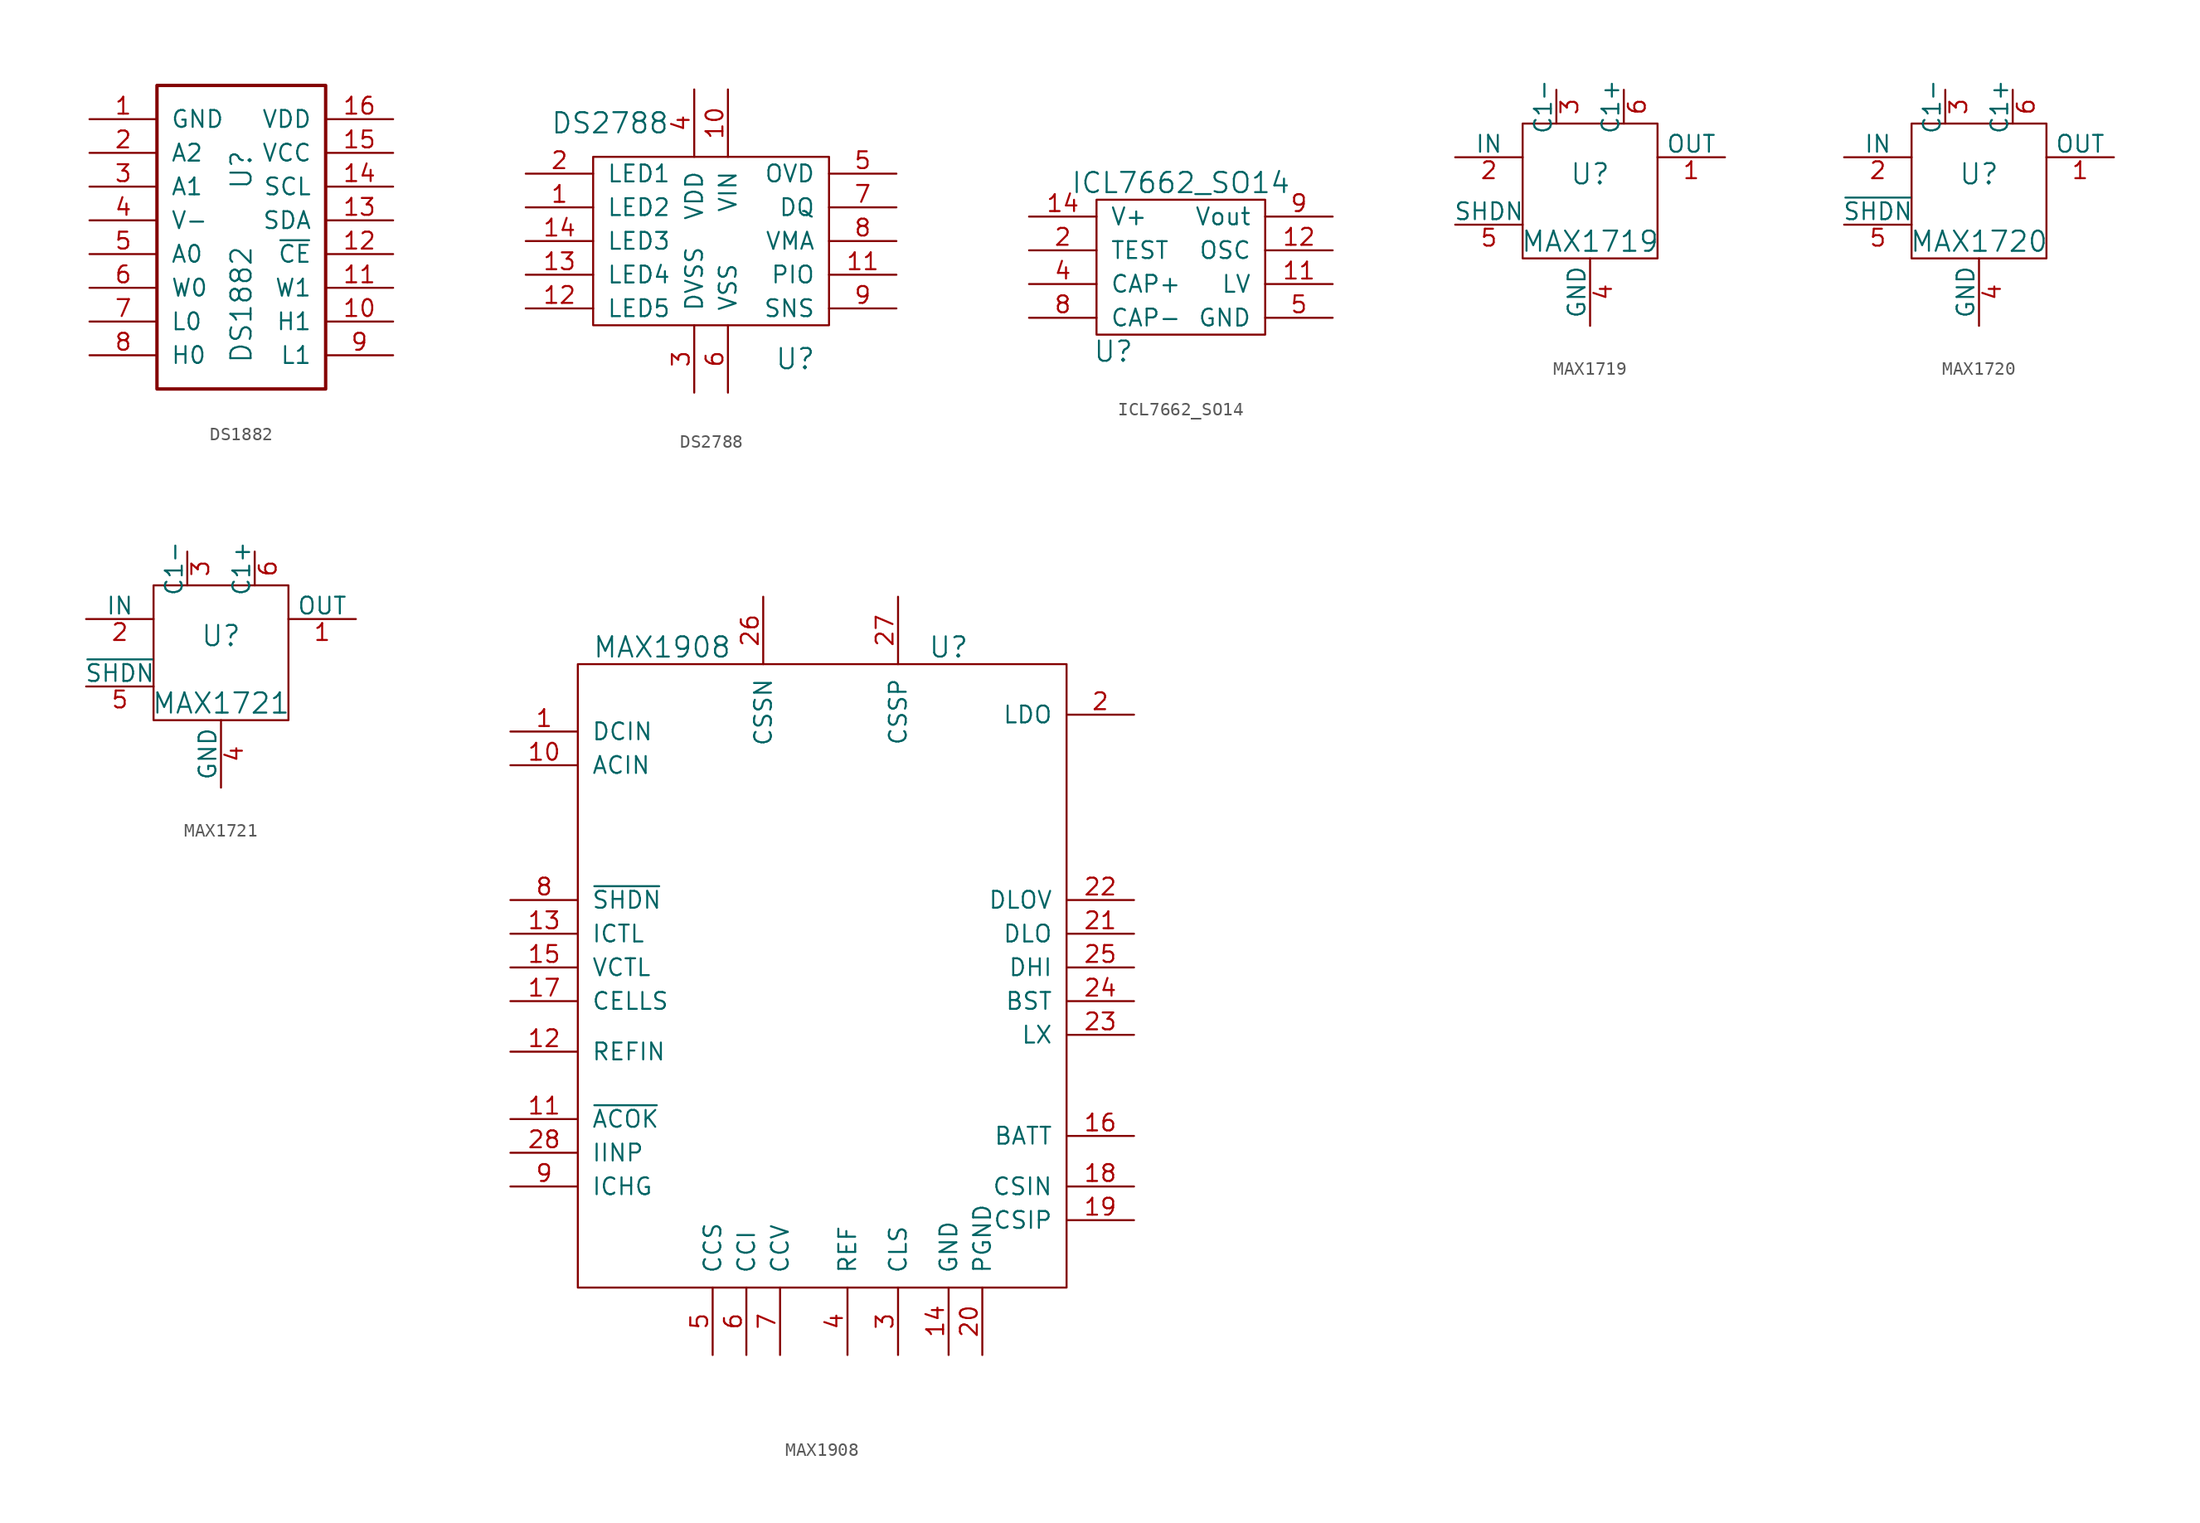
<source format=kicad_sym>
(kicad_symbol_lib
  (version 20241209)
  (generator "kicad_symbol_editor")
  (generator_version "9.0")
  (symbol "DS1882"
    (pin_names
      (offset 1.016))
    (property "Reference" "U"
      (at 0 5.08 90)
      (effects (font (size 1.524 1.524))))
    (property "Value" "DS1882"
      (at 0 -5.08 90)
      (effects (font (size 1.524 1.524))))
    (symbol "DS1882_0_1"
      (rectangle (start -6.35 11.43) (end 6.35 -11.43) (stroke (width 0.254) (type solid)) (fill (type none))))
    (symbol "DS1882_1_1"
      (pin power_in line (at -11.43 8.89 0) (length 5.08) (name "GND" (effects (font (size 1.27 1.27)))) (number "1" (effects (font (size 1.27 1.27)))))
      (pin passive line (at -11.43 6.35 0) (length 5.08) (name "A2" (effects (font (size 1.27 1.27)))) (number "2" (effects (font (size 1.27 1.27)))))
      (pin passive line (at -11.43 3.81 0) (length 5.08) (name "A1" (effects (font (size 1.27 1.27)))) (number "3" (effects (font (size 1.27 1.27)))))
      (pin power_in line (at -11.43 1.27 0) (length 5.08) (name "V-" (effects (font (size 1.27 1.27)))) (number "4" (effects (font (size 1.27 1.27)))))
      (pin passive line (at -11.43 -1.27 0) (length 5.08) (name "A0" (effects (font (size 1.27 1.27)))) (number "5" (effects (font (size 1.27 1.27)))))
      (pin passive line (at -11.43 -3.81 0) (length 5.08) (name "W0" (effects (font (size 1.27 1.27)))) (number "6" (effects (font (size 1.27 1.27)))))
      (pin passive line (at -11.43 -6.35 0) (length 5.08) (name "L0" (effects (font (size 1.27 1.27)))) (number "7" (effects (font (size 1.27 1.27)))))
      (pin passive line (at -11.43 -8.89 0) (length 5.08) (name "H0" (effects (font (size 1.27 1.27)))) (number "8" (effects (font (size 1.27 1.27)))))
      (pin power_in line (at 11.43 8.89 180) (length 5.08) (name "VDD" (effects (font (size 1.27 1.27)))) (number "16" (effects (font (size 1.27 1.27)))))
      (pin power_in line (at 11.43 6.35 180) (length 5.08) (name "VCC" (effects (font (size 1.27 1.27)))) (number "15" (effects (font (size 1.27 1.27)))))
      (pin open_collector line (at 11.43 3.81 180) (length 5.08) (name "SCL" (effects (font (size 1.27 1.27)))) (number "14" (effects (font (size 1.27 1.27)))))
      (pin open_collector line (at 11.43 1.27 180) (length 5.08) (name "SDA" (effects (font (size 1.27 1.27)))) (number "13" (effects (font (size 1.27 1.27)))))
      (pin input line (at 11.43 -1.27 180) (length 5.08) (name "~{CE}" (effects (font (size 1.27 1.27)))) (number "12" (effects (font (size 1.27 1.27)))))
      (pin passive line (at 11.43 -3.81 180) (length 5.08) (name "W1" (effects (font (size 1.27 1.27)))) (number "11" (effects (font (size 1.27 1.27)))))
      (pin passive line (at 11.43 -6.35 180) (length 5.08) (name "H1" (effects (font (size 1.27 1.27)))) (number "10" (effects (font (size 1.27 1.27)))))
      (pin passive line (at 11.43 -8.89 180) (length 5.08) (name "L1" (effects (font (size 1.27 1.27)))) (number "9" (effects (font (size 1.27 1.27)))))))
  (symbol "DS2788"
    (pin_names
      (offset 1.016))
    (property "Reference" "U"
      (at 6.35 -8.89 0)
      (effects (font (size 1.524 1.524))))
    (property "Value" "DS2788"
      (at -7.62 8.89 0)
      (effects (font (size 1.524 1.524))))
    (symbol "DS2788_0_1"
      (rectangle (start -8.89 6.35) (end 8.89 -6.35) (stroke (width 0) (type solid)) (fill (type none))))
    (symbol "DS2788_1_1"
      (pin output line (at -13.97 5.08 0) (length 5.08) (name "LED1" (effects (font (size 1.27 1.27)))) (number "2" (effects (font (size 1.27 1.27)))))
      (pin output line (at -13.97 2.54 0) (length 5.08) (name "LED2" (effects (font (size 1.27 1.27)))) (number "1" (effects (font (size 1.27 1.27)))))
      (pin output line (at -13.97 0 0) (length 5.08) (name "LED3" (effects (font (size 1.27 1.27)))) (number "14" (effects (font (size 1.27 1.27)))))
      (pin output line (at -13.97 -2.54 0) (length 5.08) (name "LED4" (effects (font (size 1.27 1.27)))) (number "13" (effects (font (size 1.27 1.27)))))
      (pin output line (at -13.97 -5.08 0) (length 5.08) (name "LED5" (effects (font (size 1.27 1.27)))) (number "12" (effects (font (size 1.27 1.27)))))
      (pin power_in line (at -1.27 11.43 270) (length 5.08) (name "VDD" (effects (font (size 1.27 1.27)))) (number "4" (effects (font (size 1.27 1.27)))))
      (pin power_in line (at -1.27 -11.43 90) (length 5.08) (name "DVSS" (effects (font (size 1.27 1.27)))) (number "3" (effects (font (size 1.27 1.27)))))
      (pin input line (at 1.27 11.43 270) (length 5.08) (name "VIN" (effects (font (size 1.27 1.27)))) (number "10" (effects (font (size 1.27 1.27)))))
      (pin power_in line (at 1.27 -11.43 90) (length 5.08) (name "VSS" (effects (font (size 1.27 1.27)))) (number "6" (effects (font (size 1.27 1.27)))))
      (pin input line (at 13.97 5.08 180) (length 5.08) (name "OVD" (effects (font (size 1.27 1.27)))) (number "5" (effects (font (size 1.27 1.27)))))
      (pin bidirectional line (at 13.97 2.54 180) (length 5.08) (name "DQ" (effects (font (size 1.27 1.27)))) (number "7" (effects (font (size 1.27 1.27)))))
      (pin output line (at 13.97 0 180) (length 5.08) (name "VMA" (effects (font (size 1.27 1.27)))) (number "8" (effects (font (size 1.27 1.27)))))
      (pin bidirectional line (at 13.97 -2.54 180) (length 5.08) (name "PIO" (effects (font (size 1.27 1.27)))) (number "11" (effects (font (size 1.27 1.27)))))
      (pin input line (at 13.97 -5.08 180) (length 5.08) (name "SNS" (effects (font (size 1.27 1.27)))) (number "9" (effects (font (size 1.27 1.27)))))))
  (symbol "ICL7662_SO14"
    (pin_names
      (offset 1.016))
    (property "Reference" "U"
      (at -5.08 -6.35 0)
      (effects (font (size 1.524 1.524))))
    (property "Value" "ICL7662_SO14"
      (at 0 6.35 0)
      (effects (font (size 1.524 1.524))))
    (symbol "ICL7662_SO14_0_1"
      (rectangle (start -6.35 5.08) (end 6.35 -5.08) (stroke (width 0) (type solid)) (fill (type none))))
    (symbol "ICL7662_SO14_1_1"
      (pin power_in line (at -11.43 3.81 0) (length 5.08) (name "V+" (effects (font (size 1.27 1.27)))) (number "14" (effects (font (size 1.27 1.27)))))
      (pin input line (at -11.43 1.27 0) (length 5.08) (name "TEST" (effects (font (size 1.27 1.27)))) (number "2" (effects (font (size 1.27 1.27)))))
      (pin input line (at -11.43 -1.27 0) (length 5.08) (name "CAP+" (effects (font (size 1.27 1.27)))) (number "4" (effects (font (size 1.27 1.27)))))
      (pin input line (at -11.43 -3.81 0) (length 5.08) (name "CAP-" (effects (font (size 1.27 1.27)))) (number "8" (effects (font (size 1.27 1.27)))))
      (pin no_connect line (at -8.89 13.97 0) (length 5.08) (hide yes) (name "NC" (effects (font (size 1.27 1.27)))) (number "1" (effects (font (size 1.27 1.27)))))
      (pin no_connect line (at -8.89 11.43 0) (length 5.08) (hide yes) (name "NC" (effects (font (size 1.27 1.27)))) (number "3" (effects (font (size 1.27 1.27)))))
      (pin no_connect line (at -8.89 8.89 0) (length 5.08) (hide yes) (name "NC" (effects (font (size 1.27 1.27)))) (number "6" (effects (font (size 1.27 1.27)))))
      (pin no_connect line (at 8.89 13.97 180) (length 5.08) (hide yes) (name "NC" (effects (font (size 1.27 1.27)))) (number "10" (effects (font (size 1.27 1.27)))))
      (pin no_connect line (at 8.89 11.43 180) (length 5.08) (hide yes) (name "NC" (effects (font (size 1.27 1.27)))) (number "13" (effects (font (size 1.27 1.27)))))
      (pin no_connect line (at 8.89 8.89 180) (length 5.08) (hide yes) (name "NC" (effects (font (size 1.27 1.27)))) (number "7" (effects (font (size 1.27 1.27)))))
      (pin power_out line (at 11.43 3.81 180) (length 5.08) (name "Vout" (effects (font (size 1.27 1.27)))) (number "9" (effects (font (size 1.27 1.27)))))
      (pin input line (at 11.43 1.27 180) (length 5.08) (name "OSC" (effects (font (size 1.27 1.27)))) (number "12" (effects (font (size 1.27 1.27)))))
      (pin input line (at 11.43 -1.27 180) (length 5.08) (name "LV" (effects (font (size 1.27 1.27)))) (number "11" (effects (font (size 1.27 1.27)))))
      (pin power_in line (at 11.43 -3.81 180) (length 5.08) (name "GND" (effects (font (size 1.27 1.27)))) (number "5" (effects (font (size 1.27 1.27)))))))
  (symbol "MAX1719"
    (pin_names
      (offset 0))
    (property "Reference" "U"
      (at 0 1.27 0)
      (effects (font (size 1.524 1.524))))
    (property "Value" "MAX1719"
      (at 0 -3.81 0)
      (effects (font (size 1.524 1.524))))
    (symbol "MAX1719_0_1"
      (rectangle (start -5.08 5.08) (end 5.08 -5.08) (stroke (width 0) (type solid)) (fill (type none))))
    (symbol "MAX1719_1_1"
      (pin power_in line (at -10.16 2.54 0) (length 5.08) (name "IN" (effects (font (size 1.27 1.27)))) (number "2" (effects (font (size 1.27 1.27)))))
      (pin bidirectional line (at -10.16 -2.54 0) (length 5.08) (name "SHDN" (effects (font (size 1.27 1.27)))) (number "5" (effects (font (size 1.27 1.27)))))
      (pin bidirectional line (at -2.54 7.62 270) (length 2.54) (name "C1-" (effects (font (size 1.27 1.27)))) (number "3" (effects (font (size 1.27 1.27)))))
      (pin power_in line (at 0 -10.16 90) (length 5.08) (name "GND" (effects (font (size 1.27 1.27)))) (number "4" (effects (font (size 1.27 1.27)))))
      (pin bidirectional line (at 2.54 7.62 270) (length 2.54) (name "C1+" (effects (font (size 1.27 1.27)))) (number "6" (effects (font (size 1.27 1.27)))))
      (pin power_out line (at 10.16 2.54 180) (length 5.08) (name "OUT" (effects (font (size 1.27 1.27)))) (number "1" (effects (font (size 1.27 1.27)))))))
  (symbol "MAX1720"
    (pin_names
      (offset 0))
    (property "Reference" "U"
      (at 0 1.27 0)
      (effects (font (size 1.524 1.524))))
    (property "Value" "MAX1720"
      (at 0 -3.81 0)
      (effects (font (size 1.524 1.524))))
    (symbol "MAX1720_0_1"
      (rectangle (start -5.08 5.08) (end 5.08 -5.08) (stroke (width 0) (type solid)) (fill (type none))))
    (symbol "MAX1720_1_1"
      (pin power_in line (at -10.16 2.54 0) (length 5.08) (name "IN" (effects (font (size 1.27 1.27)))) (number "2" (effects (font (size 1.27 1.27)))))
      (pin bidirectional line (at -10.16 -2.54 0) (length 5.08) (name "~{SHDN}" (effects (font (size 1.27 1.27)))) (number "5" (effects (font (size 1.27 1.27)))))
      (pin bidirectional line (at -2.54 7.62 270) (length 2.54) (name "C1-" (effects (font (size 1.27 1.27)))) (number "3" (effects (font (size 1.27 1.27)))))
      (pin power_in line (at 0 -10.16 90) (length 5.08) (name "GND" (effects (font (size 1.27 1.27)))) (number "4" (effects (font (size 1.27 1.27)))))
      (pin bidirectional line (at 2.54 7.62 270) (length 2.54) (name "C1+" (effects (font (size 1.27 1.27)))) (number "6" (effects (font (size 1.27 1.27)))))
      (pin power_out line (at 10.16 2.54 180) (length 5.08) (name "OUT" (effects (font (size 1.27 1.27)))) (number "1" (effects (font (size 1.27 1.27)))))))
  (symbol "MAX1721"
    (pin_names
      (offset 0))
    (property "Reference" "U"
      (at 0 1.27 0)
      (effects (font (size 1.524 1.524))))
    (property "Value" "MAX1721"
      (at 0 -3.81 0)
      (effects (font (size 1.524 1.524))))
    (symbol "MAX1721_0_1"
      (rectangle (start -5.08 5.08) (end 5.08 -5.08) (stroke (width 0) (type solid)) (fill (type none))))
    (symbol "MAX1721_1_1"
      (pin power_in line (at -10.16 2.54 0) (length 5.08) (name "IN" (effects (font (size 1.27 1.27)))) (number "2" (effects (font (size 1.27 1.27)))))
      (pin bidirectional line (at -10.16 -2.54 0) (length 5.08) (name "~{SHDN}" (effects (font (size 1.27 1.27)))) (number "5" (effects (font (size 1.27 1.27)))))
      (pin bidirectional line (at -2.54 7.62 270) (length 2.54) (name "C1-" (effects (font (size 1.27 1.27)))) (number "3" (effects (font (size 1.27 1.27)))))
      (pin power_in line (at 0 -10.16 90) (length 5.08) (name "GND" (effects (font (size 1.27 1.27)))) (number "4" (effects (font (size 1.27 1.27)))))
      (pin bidirectional line (at 2.54 7.62 270) (length 2.54) (name "C1+" (effects (font (size 1.27 1.27)))) (number "6" (effects (font (size 1.27 1.27)))))
      (pin power_out line (at 10.16 2.54 180) (length 5.08) (name "OUT" (effects (font (size 1.27 1.27)))) (number "1" (effects (font (size 1.27 1.27)))))))
  (symbol "MAX1908"
    (pin_names
      (offset 1.016))
    (property "Reference" "U"
      (at 8.89 25.4 0)
      (effects (font (size 1.524 1.524))))
    (property "Value" "MAX1908"
      (at -12.7 25.4 0)
      (effects (font (size 1.524 1.524))))
    (symbol "MAX1908_0_1"
      (rectangle (start 17.78 -22.86) (end -19.05 24.13) (stroke (width 0) (type solid)) (fill (type none))))
    (symbol "MAX1908_1_1"
      (pin power_in line (at -24.13 19.05 0) (length 5.08) (name "DCIN" (effects (font (size 1.27 1.27)))) (number "1" (effects (font (size 1.27 1.27)))))
      (pin input line (at -24.13 16.51 0) (length 5.08) (name "ACIN" (effects (font (size 1.27 1.27)))) (number "10" (effects (font (size 1.27 1.27)))))
      (pin input line (at -24.13 6.35 0) (length 5.08) (name "~{SHDN}" (effects (font (size 1.27 1.27)))) (number "8" (effects (font (size 1.27 1.27)))))
      (pin input line (at -24.13 3.81 0) (length 5.08) (name "ICTL" (effects (font (size 1.27 1.27)))) (number "13" (effects (font (size 1.27 1.27)))))
      (pin input line (at -24.13 1.27 0) (length 5.08) (name "VCTL" (effects (font (size 1.27 1.27)))) (number "15" (effects (font (size 1.27 1.27)))))
      (pin tri_state line (at -24.13 -1.27 0) (length 5.08) (name "CELLS" (effects (font (size 1.27 1.27)))) (number "17" (effects (font (size 1.27 1.27)))))
      (pin input line (at -24.13 -5.08 0) (length 5.08) (name "REFIN" (effects (font (size 1.27 1.27)))) (number "12" (effects (font (size 1.27 1.27)))))
      (pin output line (at -24.13 -10.16 0) (length 5.08) (name "~{ACOK}" (effects (font (size 1.27 1.27)))) (number "11" (effects (font (size 1.27 1.27)))))
      (pin output line (at -24.13 -12.7 0) (length 5.08) (name "IINP" (effects (font (size 1.27 1.27)))) (number "28" (effects (font (size 1.27 1.27)))))
      (pin output line (at -24.13 -15.24 0) (length 5.08) (name "ICHG" (effects (font (size 1.27 1.27)))) (number "9" (effects (font (size 1.27 1.27)))))
      (pin input line (at -8.89 -27.94 90) (length 5.08) (name "CCS" (effects (font (size 1.27 1.27)))) (number "5" (effects (font (size 1.27 1.27)))))
      (pin input line (at -6.35 -27.94 90) (length 5.08) (name "CCI" (effects (font (size 1.27 1.27)))) (number "6" (effects (font (size 1.27 1.27)))))
      (pin input line (at -5.08 29.21 270) (length 5.08) (name "CSSN" (effects (font (size 1.27 1.27)))) (number "26" (effects (font (size 1.27 1.27)))))
      (pin input line (at -3.81 -27.94 90) (length 5.08) (name "CCV" (effects (font (size 1.27 1.27)))) (number "7" (effects (font (size 1.27 1.27)))))
      (pin output line (at 1.27 -27.94 90) (length 5.08) (name "REF" (effects (font (size 1.27 1.27)))) (number "4" (effects (font (size 1.27 1.27)))))
      (pin input line (at 5.08 29.21 270) (length 5.08) (name "CSSP" (effects (font (size 1.27 1.27)))) (number "27" (effects (font (size 1.27 1.27)))))
      (pin input line (at 5.08 -27.94 90) (length 5.08) (name "CLS" (effects (font (size 1.27 1.27)))) (number "3" (effects (font (size 1.27 1.27)))))
      (pin power_in line (at 8.89 -27.94 90) (length 5.08) (name "GND" (effects (font (size 1.27 1.27)))) (number "14" (effects (font (size 1.27 1.27)))))
      (pin power_in line (at 11.43 -27.94 90) (length 5.08) (name "PGND" (effects (font (size 1.27 1.27)))) (number "20" (effects (font (size 1.27 1.27)))))
      (pin power_out line (at 22.86 20.32 180) (length 5.08) (name "LDO" (effects (font (size 1.27 1.27)))) (number "2" (effects (font (size 1.27 1.27)))))
      (pin power_out line (at 22.86 6.35 180) (length 5.08) (name "DLOV" (effects (font (size 1.27 1.27)))) (number "22" (effects (font (size 1.27 1.27)))))
      (pin output line (at 22.86 3.81 180) (length 5.08) (name "DLO" (effects (font (size 1.27 1.27)))) (number "21" (effects (font (size 1.27 1.27)))))
      (pin output line (at 22.86 1.27 180) (length 5.08) (name "DHI" (effects (font (size 1.27 1.27)))) (number "25" (effects (font (size 1.27 1.27)))))
      (pin power_out line (at 22.86 -1.27 180) (length 5.08) (name "BST" (effects (font (size 1.27 1.27)))) (number "24" (effects (font (size 1.27 1.27)))))
      (pin input line (at 22.86 -3.81 180) (length 5.08) (name "LX" (effects (font (size 1.27 1.27)))) (number "23" (effects (font (size 1.27 1.27)))))
      (pin input line (at 22.86 -11.43 180) (length 5.08) (name "BATT" (effects (font (size 1.27 1.27)))) (number "16" (effects (font (size 1.27 1.27)))))
      (pin input line (at 22.86 -15.24 180) (length 5.08) (name "CSIN" (effects (font (size 1.27 1.27)))) (number "18" (effects (font (size 1.27 1.27)))))
      (pin input line (at 22.86 -17.78 180) (length 5.08) (name "CSIP" (effects (font (size 1.27 1.27)))) (number "19" (effects (font (size 1.27 1.27))))))))
</source>
